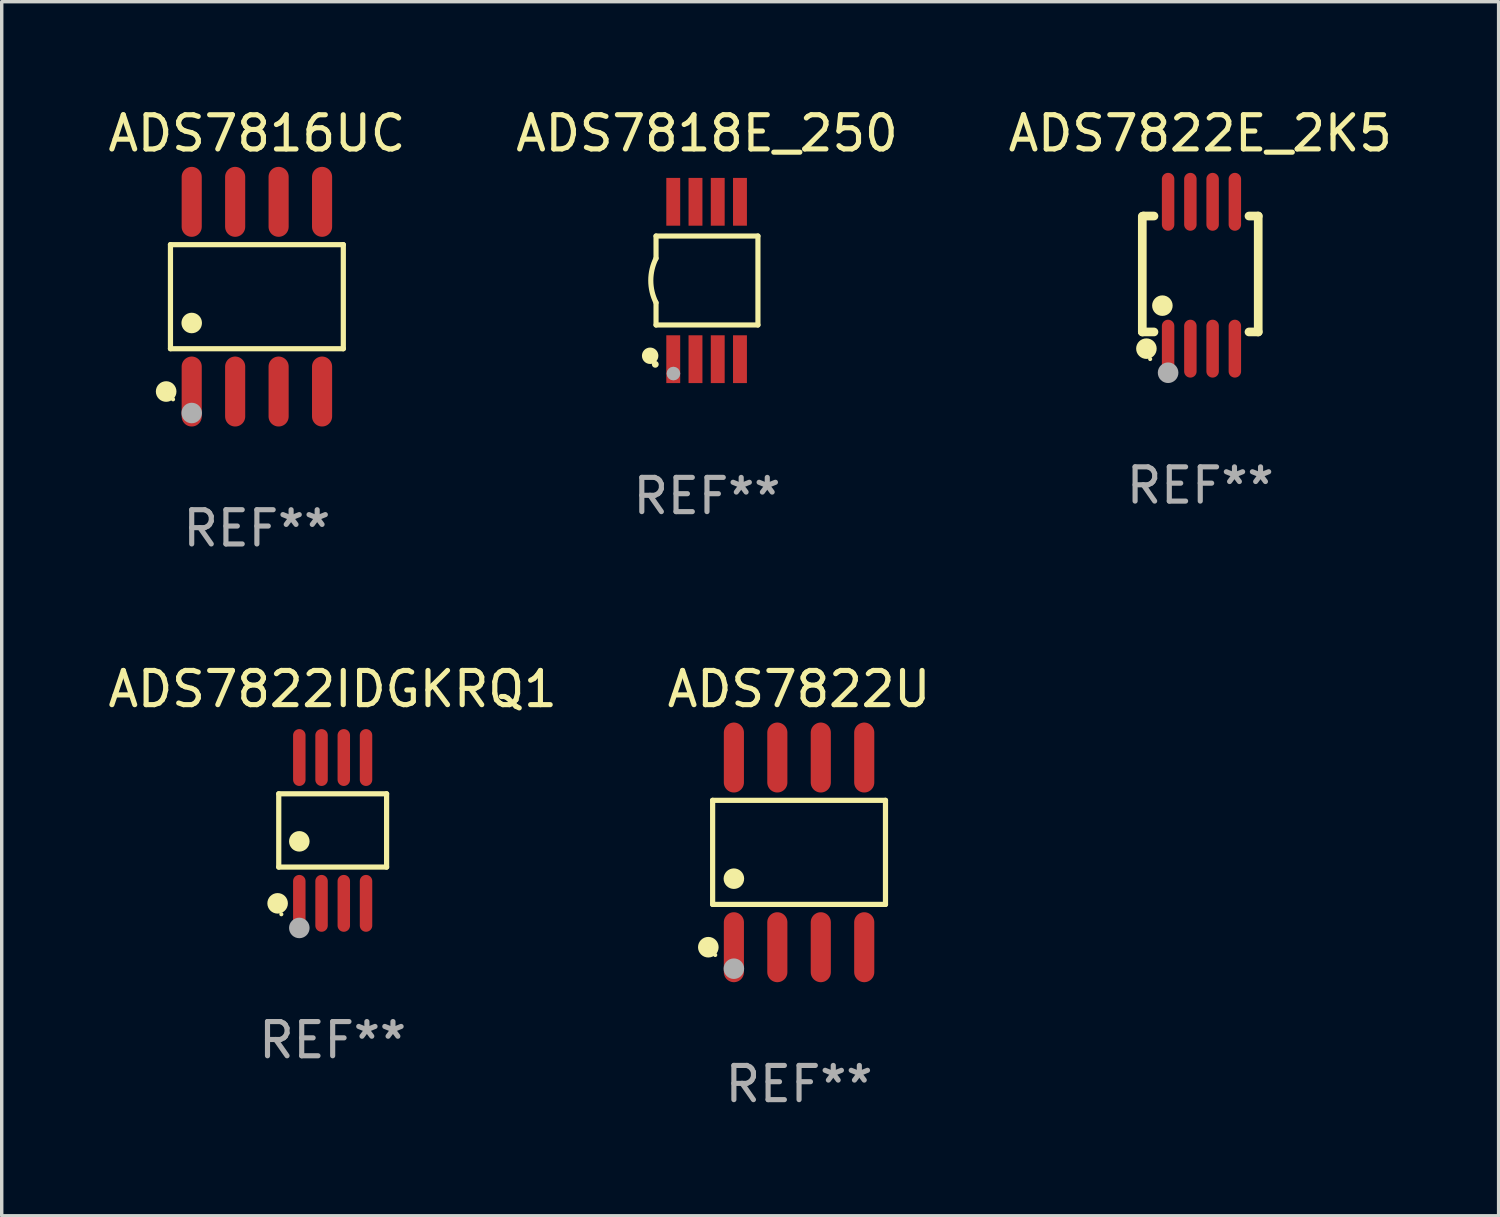
<source format=kicad_pcb>
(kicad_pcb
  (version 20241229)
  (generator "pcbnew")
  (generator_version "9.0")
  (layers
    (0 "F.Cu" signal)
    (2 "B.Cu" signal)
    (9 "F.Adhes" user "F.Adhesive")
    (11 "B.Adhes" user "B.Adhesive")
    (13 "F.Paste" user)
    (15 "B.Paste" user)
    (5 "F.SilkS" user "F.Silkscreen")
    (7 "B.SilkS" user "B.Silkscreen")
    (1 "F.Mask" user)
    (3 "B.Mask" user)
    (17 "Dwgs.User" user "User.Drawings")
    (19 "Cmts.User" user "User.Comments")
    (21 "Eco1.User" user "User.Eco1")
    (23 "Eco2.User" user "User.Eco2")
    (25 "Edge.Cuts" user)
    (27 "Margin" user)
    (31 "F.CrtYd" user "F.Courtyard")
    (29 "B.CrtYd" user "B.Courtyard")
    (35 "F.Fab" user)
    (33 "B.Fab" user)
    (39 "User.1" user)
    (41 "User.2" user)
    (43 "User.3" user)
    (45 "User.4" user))
  (footprint "ADS7816UC"
    (layer "F.Cu")
    (at 4.458 5.621)
    (property "Reference" "ADS7816UC" (at 0 -4.772 0) (layer "F.SilkS") (effects (font (size 1 1) (thickness 0.15))))
    (attr through_hole)
    (fp_line (start -2.526 -1.521) (end 2.526 -1.521) (stroke (width 0.152) (type solid)) (layer "F.SilkS"))
    (fp_line (start -2.526 1.521) (end -2.526 -1.521) (stroke (width 0.152) (type solid)) (layer "F.SilkS"))
    (fp_line (start 2.526 -1.521) (end 2.526 1.521) (stroke (width 0.152) (type solid)) (layer "F.SilkS"))
    (fp_line (start 2.526 1.521) (end -2.526 1.521) (stroke (width 0.152) (type solid)) (layer "F.SilkS"))
    (fp_circle (center -2.652 2.772) (end -2.501 2.772) (stroke (width 0.3) (type solid)) (fill no) (layer "F.SilkS"))
    (fp_circle (center -2.45 3) (end -2.42 3) (stroke (width 0.06) (type solid)) (fill no) (layer "F.SilkS"))
    (fp_circle (center -1.905 0.769) (end -1.755 0.769) (stroke (width 0.3) (type solid)) (fill no) (layer "F.SilkS"))
    (fp_circle (center -1.905 3.4) (end -1.755 3.4) (stroke (width 0.3) (type solid)) (fill no) (layer "F.Fab"))
    (fp_text user "REF**" (at 0 6.772 0) (layer "F.Fab") (effects (font (size 1 1) (thickness 0.15))))
    (pad "1" smd oval (at -1.905 2.772) (size 0.588 2.045) (layers "F.Cu" "F.Mask" "F.Paste"))
    (pad "2" smd oval (at -0.635 2.772) (size 0.588 2.045) (layers "F.Cu" "F.Mask" "F.Paste"))
    (pad "3" smd oval (at 0.635 2.772) (size 0.588 2.045) (layers "F.Cu" "F.Mask" "F.Paste"))
    (pad "4" smd oval (at 1.905 2.772) (size 0.588 2.045) (layers "F.Cu" "F.Mask" "F.Paste"))
    (pad "5" smd oval (at 1.905 -2.772) (size 0.588 2.045) (layers "F.Cu" "F.Mask" "F.Paste"))
    (pad "6" smd oval (at 0.635 -2.772) (size 0.588 2.045) (layers "F.Cu" "F.Mask" "F.Paste"))
    (pad "7" smd oval (at -0.635 -2.772) (size 0.588 2.045) (layers "F.Cu" "F.Mask" "F.Paste"))
    (pad "8" smd oval (at -1.905 -2.772) (size 0.588 2.045) (layers "F.Cu" "F.Mask" "F.Paste")))
  (footprint "ADS7822IDGKRQ1"
    (layer "F.Cu")
    (at 6.673 21.221)
    (property "Reference" "ADS7822IDGKRQ1" (at 0 -4.131 0) (layer "F.SilkS") (effects (font (size 1 1) (thickness 0.15))))
    (attr through_hole)
    (fp_line (start -1.576 -1.071) (end 1.576 -1.071) (stroke (width 0.152) (type solid)) (layer "F.SilkS"))
    (fp_line (start -1.576 1.071) (end -1.576 -1.071) (stroke (width 0.152) (type solid)) (layer "F.SilkS"))
    (fp_line (start 1.576 -1.071) (end 1.576 1.071) (stroke (width 0.152) (type solid)) (layer "F.SilkS"))
    (fp_line (start 1.576 1.071) (end -1.576 1.071) (stroke (width 0.152) (type solid)) (layer "F.SilkS"))
    (fp_circle (center -1.609 2.131) (end -1.459 2.131) (stroke (width 0.3) (type solid)) (fill no) (layer "F.SilkS"))
    (fp_circle (center -1.5 2.45) (end -1.47 2.45) (stroke (width 0.06) (type solid)) (fill no) (layer "F.SilkS"))
    (fp_circle (center -0.975 0.319) (end -0.825 0.319) (stroke (width 0.3) (type solid)) (fill no) (layer "F.SilkS"))
    (fp_circle (center -0.975 2.85) (end -0.825 2.85) (stroke (width 0.3) (type solid)) (fill no) (layer "F.Fab"))
    (fp_text user "REF**" (at 0 6.131 0) (layer "F.Fab") (effects (font (size 1 1) (thickness 0.15))))
    (pad "1" smd oval (at -0.975 2.131) (size 0.364 1.662) (layers "F.Cu" "F.Mask" "F.Paste"))
    (pad "2" smd oval (at -0.325 2.131) (size 0.364 1.662) (layers "F.Cu" "F.Mask" "F.Paste"))
    (pad "3" smd oval (at 0.325 2.131) (size 0.364 1.662) (layers "F.Cu" "F.Mask" "F.Paste"))
    (pad "4" smd oval (at 0.975 2.131) (size 0.364 1.662) (layers "F.Cu" "F.Mask" "F.Paste"))
    (pad "5" smd oval (at 0.975 -2.131) (size 0.364 1.662) (layers "F.Cu" "F.Mask" "F.Paste"))
    (pad "6" smd oval (at 0.325 -2.131) (size 0.364 1.662) (layers "F.Cu" "F.Mask" "F.Paste"))
    (pad "7" smd oval (at -0.325 -2.131) (size 0.364 1.662) (layers "F.Cu" "F.Mask" "F.Paste"))
    (pad "8" smd oval (at -0.975 -2.131) (size 0.364 1.662) (layers "F.Cu" "F.Mask" "F.Paste")))
  (footprint "ADS7822U"
    (layer "F.Cu")
    (at 20.304 21.862)
    (property "Reference" "ADS7822U" (at 0 -4.772 0) (layer "F.SilkS") (effects (font (size 1 1) (thickness 0.15))))
    (attr through_hole)
    (fp_line (start -2.526 -1.521) (end 2.526 -1.521) (stroke (width 0.152) (type solid)) (layer "F.SilkS"))
    (fp_line (start -2.526 1.521) (end -2.526 -1.521) (stroke (width 0.152) (type solid)) (layer "F.SilkS"))
    (fp_line (start 2.526 -1.521) (end 2.526 1.521) (stroke (width 0.152) (type solid)) (layer "F.SilkS"))
    (fp_line (start 2.526 1.521) (end -2.526 1.521) (stroke (width 0.152) (type solid)) (layer "F.SilkS"))
    (fp_circle (center -2.652 2.772) (end -2.501 2.772) (stroke (width 0.3) (type solid)) (fill no) (layer "F.SilkS"))
    (fp_circle (center -2.45 3) (end -2.42 3) (stroke (width 0.06) (type solid)) (fill no) (layer "F.SilkS"))
    (fp_circle (center -1.905 0.769) (end -1.755 0.769) (stroke (width 0.3) (type solid)) (fill no) (layer "F.SilkS"))
    (fp_circle (center -1.905 3.4) (end -1.755 3.4) (stroke (width 0.3) (type solid)) (fill no) (layer "F.Fab"))
    (fp_text user "REF**" (at 0 6.772 0) (layer "F.Fab") (effects (font (size 1 1) (thickness 0.15))))
    (pad "1" smd oval (at -1.905 2.772) (size 0.588 2.045) (layers "F.Cu" "F.Mask" "F.Paste"))
    (pad "2" smd oval (at -0.635 2.772) (size 0.588 2.045) (layers "F.Cu" "F.Mask" "F.Paste"))
    (pad "3" smd oval (at 0.635 2.772) (size 0.588 2.045) (layers "F.Cu" "F.Mask" "F.Paste"))
    (pad "4" smd oval (at 1.905 2.772) (size 0.588 2.045) (layers "F.Cu" "F.Mask" "F.Paste"))
    (pad "5" smd oval (at 1.905 -2.772) (size 0.588 2.045) (layers "F.Cu" "F.Mask" "F.Paste"))
    (pad "6" smd oval (at 0.635 -2.772) (size 0.588 2.045) (layers "F.Cu" "F.Mask" "F.Paste"))
    (pad "7" smd oval (at -0.635 -2.772) (size 0.588 2.045) (layers "F.Cu" "F.Mask" "F.Paste"))
    (pad "8" smd oval (at -1.905 -2.772) (size 0.588 2.045) (layers "F.Cu" "F.Mask" "F.Paste")))
  (footprint "ADS7818E_250"
    (layer "F.Cu")
    (at 17.613 5.148)
    (property "Reference" "ADS7818E_250" (at 0 -4.3 0) (layer "F.SilkS") (effects (font (size 1 1) (thickness 0.15))))
    (attr through_hole)
    (fp_line (start -1.489 -1.3) (end -1.489 -0.648) (stroke (width 0.15) (type solid)) (layer "F.SilkS"))
    (fp_line (start -1.489 0.648) (end -1.489 1.3) (stroke (width 0.15) (type solid)) (layer "F.SilkS"))
    (fp_line (start -1.489 1.3) (end 1.489 1.3) (stroke (width 0.15) (type solid)) (layer "F.SilkS"))
    (fp_line (start 1.489 -1.3) (end -1.489 -1.3) (stroke (width 0.15) (type solid)) (layer "F.SilkS"))
    (fp_line (start 1.489 1.3) (end 1.489 -1.3) (stroke (width 0.15) (type solid)) (layer "F.SilkS"))
    (fp_arc (start -1.489205 0.647702) (mid -1.642107 0) (end -1.489205 -0.647701) (stroke (width 0.150013) (type solid)) (layer "F.SilkS"))
    (fp_circle (center -1.661 2.2) (end -1.541 2.2) (stroke (width 0.24) (type solid)) (fill no) (layer "F.SilkS"))
    (fp_circle (center -1.511 2.45) (end -1.461 2.45) (stroke (width 0.1) (type solid)) (fill no) (layer "F.SilkS"))
    (fp_circle (center -0.981 2.72) (end -0.881 2.72) (stroke (width 0.2) (type solid)) (fill no) (layer "F.Fab"))
    (fp_text user "REF**" (at 0 6.3 0) (layer "F.Fab") (effects (font (size 1 1) (thickness 0.15))))
    (pad "1" smd rect (at -0.986 2.3) (size 0.406 1.397) (layers "F.Cu" "F.Mask" "F.Paste"))
    (pad "2" smd rect (at -0.336 2.3) (size 0.406 1.397) (layers "F.Cu" "F.Mask" "F.Paste"))
    (pad "3" smd rect (at 0.314 2.3) (size 0.406 1.397) (layers "F.Cu" "F.Mask" "F.Paste"))
    (pad "4" smd rect (at 0.964 2.3) (size 0.406 1.397) (layers "F.Cu" "F.Mask" "F.Paste"))
    (pad "5" smd rect (at 0.964 -2.3) (size 0.406 1.397) (layers "F.Cu" "F.Mask" "F.Paste"))
    (pad "6" smd rect (at 0.314 -2.3) (size 0.406 1.397) (layers "F.Cu" "F.Mask" "F.Paste"))
    (pad "7" smd rect (at -0.336 -2.3) (size 0.406 1.397) (layers "F.Cu" "F.Mask" "F.Paste"))
    (pad "8" smd rect (at -0.986 -2.3) (size 0.406 1.397) (layers "F.Cu" "F.Mask" "F.Paste")))
  (footprint "ADS7822E_2K5"
    (layer "F.Cu")
    (at 32.03 4.994)
    (property "Reference" "ADS7822E_2K5" (at 0 -4.146 0) (layer "F.SilkS") (effects (font (size 1 1) (thickness 0.15))))
    (attr through_hole)
    (fp_line (start -1.694 -1.724) (end -1.694 1.652) (stroke (width 0.254) (type solid)) (layer "F.SilkS"))
    (fp_line (start -1.694 1.652) (end -1.688 1.658) (stroke (width 0.254) (type solid)) (layer "F.SilkS"))
    (fp_line (start -1.688 1.658) (end -1.353 1.658) (stroke (width 0.254) (type solid)) (layer "F.SilkS"))
    (fp_line (start -1.661 -1.73) (end -1.681 -1.71) (stroke (width 0.254) (type solid)) (layer "F.SilkS"))
    (fp_line (start -1.353 -1.73) (end -1.661 -1.73) (stroke (width 0.254) (type solid)) (layer "F.SilkS"))
    (fp_line (start 1.424 1.658) (end 1.694 1.658) (stroke (width 0.254) (type solid)) (layer "F.SilkS"))
    (fp_line (start 1.694 -1.73) (end 1.424 -1.73) (stroke (width 0.254) (type solid)) (layer "F.SilkS"))
    (fp_line (start 1.694 1.658) (end 1.694 -1.73) (stroke (width 0.254) (type solid)) (layer "F.SilkS"))
    (fp_circle (center -1.574 2.146) (end -1.424 2.146) (stroke (width 0.3) (type solid)) (fill no) (layer "F.SilkS"))
    (fp_circle (center -1.464 2.45) (end -1.434 2.45) (stroke (width 0.06) (type solid)) (fill no) (layer "F.SilkS"))
    (fp_circle (center -1.107 0.889) (end -0.957 0.889) (stroke (width 0.3) (type solid)) (fill no) (layer "F.SilkS"))
    (fp_circle (center -0.94 2.85) (end -0.789 2.85) (stroke (width 0.3) (type solid)) (fill no) (layer "F.Fab"))
    (fp_text user "REF**" (at 0 6.146 0) (layer "F.Fab") (effects (font (size 1 1) (thickness 0.15))))
    (pad "1" smd oval (at -0.94 2.146) (size 0.364 1.692) (layers "F.Cu" "F.Mask" "F.Paste"))
    (pad "2" smd oval (at -0.289 2.146) (size 0.364 1.692) (layers "F.Cu" "F.Mask" "F.Paste"))
    (pad "3" smd oval (at 0.361 2.146) (size 0.364 1.692) (layers "F.Cu" "F.Mask" "F.Paste"))
    (pad "4" smd oval (at 1.011 2.146) (size 0.364 1.692) (layers "F.Cu" "F.Mask" "F.Paste"))
    (pad "5" smd oval (at 1.011 -2.146) (size 0.364 1.692) (layers "F.Cu" "F.Mask" "F.Paste"))
    (pad "6" smd oval (at 0.361 -2.146) (size 0.364 1.692) (layers "F.Cu" "F.Mask" "F.Paste"))
    (pad "7" smd oval (at -0.289 -2.146) (size 0.364 1.692) (layers "F.Cu" "F.Mask" "F.Paste"))
    (pad "8" smd oval (at -0.94 -2.146) (size 0.364 1.692) (layers "F.Cu" "F.Mask" "F.Paste")))
  (gr_rect
    (start -3 -3)
    (end 40.75 32.483)
    (stroke (width 0.1) (type default))
    (fill no)
    (layer "Edge.Cuts")))
</source>
